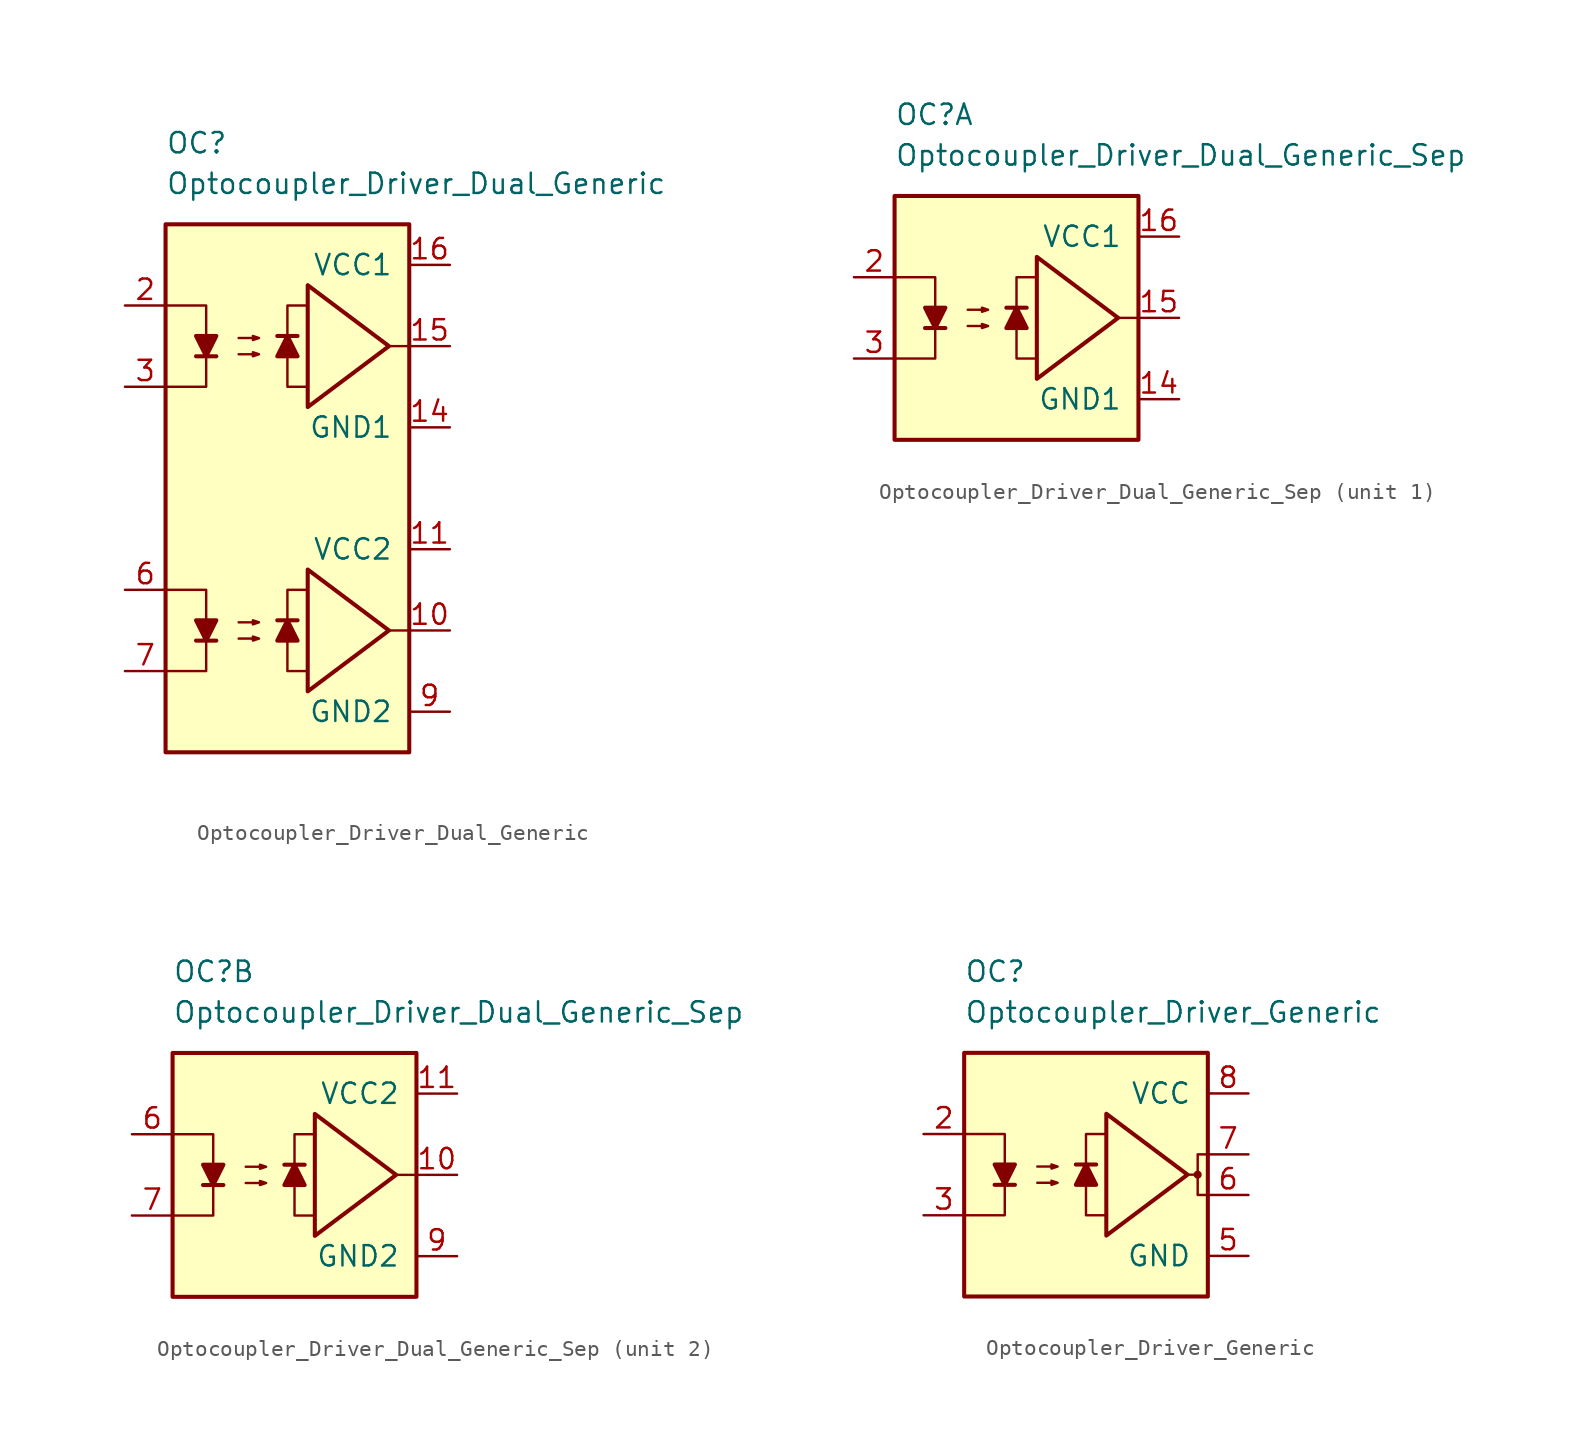
<source format=kicad_sym>
(kicad_symbol_lib
  (version 20211014)
  (generator kicad_symbol_editor)
  (symbol "Optocoupler_Gate_Driver_AKL:Optocoupler_Driver_Dual_Generic"
    (pin_names
      (offset 1.016))
    (property "Reference" "OC"
      (at -7.62 21.59 0)
      (effects (font (size 1.27 1.27)) (justify left)))
    (property "Value" "Optocoupler_Driver_Dual_Generic"
      (at -7.62 19.05 0)
      (effects (font (size 1.27 1.27)) (justify left)))
    (symbol "Optocoupler_Driver_Dual_Generic_0_0"
      (polyline (pts (xy 7.62 8.89) (xy 6.35 8.89)) (stroke (width 0) (type default) (color 0 0 0 0)) (fill (type none)))
      (polyline (pts (xy 1.27 6.35) (xy 0 6.35) (xy 0 11.43) (xy 1.27 11.43)) (stroke (width 0) (type default) (color 0 0 0 0)) (fill (type none)))
      (polyline (pts (xy 6.35 8.89) (xy 1.27 12.7) (xy 1.27 5.08) (xy 6.35 8.89)) (stroke (width 0.254) (type default) (color 0 0 0 0)) (fill (type none))))
    (symbol "Optocoupler_Driver_Dual_Generic_0_1"
      (rectangle (start -7.62 16.51) (end 7.62 -16.51) (stroke (width 0.254) (type default) (color 0 0 0 0)) (fill (type background)))
      (polyline (pts (xy -5.715 8.255) (xy -4.445 8.255)) (stroke (width 0.254) (type default) (color 0 0 0 0)) (fill (type none)))
      (polyline (pts (xy -7.62 11.43) (xy -5.08 11.43) (xy -5.08 8.255)) (stroke (width 0) (type default) (color 0 0 0 0)) (fill (type none)))
      (polyline (pts (xy -5.08 8.255) (xy -5.08 6.35) (xy -7.62 6.35)) (stroke (width 0) (type default) (color 0 0 0 0)) (fill (type none)))
      (polyline (pts (xy -5.08 8.255) (xy -5.715 9.525) (xy -4.445 9.525) (xy -5.08 8.255)) (stroke (width 0.254) (type default) (color 0 0 0 0)) (fill (type outline)))
      (polyline (pts (xy -3.048 8.382) (xy -1.778 8.382) (xy -2.159 8.255) (xy -2.159 8.509) (xy -1.778 8.382)) (stroke (width 0) (type default) (color 0 0 0 0)) (fill (type none)))
      (polyline (pts (xy -3.048 9.398) (xy -1.778 9.398) (xy -2.159 9.271) (xy -2.159 9.525) (xy -1.778 9.398)) (stroke (width 0) (type default) (color 0 0 0 0)) (fill (type none))))
    (symbol "Optocoupler_Driver_Dual_Generic_1_1"
      (polyline (pts (xy -5.715 -9.525) (xy -4.445 -9.525)) (stroke (width 0.254) (type default) (color 0 0 0 0)) (fill (type none)))
      (polyline (pts (xy 0.635 -8.255) (xy -0.635 -8.255)) (stroke (width 0.254) (type default) (color 0 0 0 0)) (fill (type none)))
      (polyline (pts (xy 0.635 9.525) (xy -0.635 9.525)) (stroke (width 0.254) (type default) (color 0 0 0 0)) (fill (type none)))
      (polyline (pts (xy 7.62 -8.89) (xy 6.35 -8.89)) (stroke (width 0) (type default) (color 0 0 0 0)) (fill (type none)))
      (polyline (pts (xy -7.62 -6.35) (xy -5.08 -6.35) (xy -5.08 -9.525)) (stroke (width 0) (type default) (color 0 0 0 0)) (fill (type none)))
      (polyline (pts (xy -5.08 -9.525) (xy -5.08 -11.43) (xy -7.62 -11.43)) (stroke (width 0) (type default) (color 0 0 0 0)) (fill (type none)))
      (polyline (pts (xy -5.08 -9.525) (xy -5.715 -8.255) (xy -4.445 -8.255) (xy -5.08 -9.525)) (stroke (width 0.254) (type default) (color 0 0 0 0)) (fill (type outline)))
      (polyline (pts (xy 0 -8.255) (xy 0.635 -9.525) (xy -0.635 -9.525) (xy 0 -8.255)) (stroke (width 0.254) (type default) (color 0 0 0 0)) (fill (type outline)))
      (polyline (pts (xy 0 9.525) (xy 0.635 8.255) (xy -0.635 8.255) (xy 0 9.525)) (stroke (width 0.254) (type default) (color 0 0 0 0)) (fill (type outline)))
      (polyline (pts (xy 1.27 -11.43) (xy 0 -11.43) (xy 0 -6.35) (xy 1.27 -6.35)) (stroke (width 0) (type default) (color 0 0 0 0)) (fill (type none)))
      (polyline (pts (xy 6.35 -8.89) (xy 1.27 -5.08) (xy 1.27 -12.7) (xy 6.35 -8.89)) (stroke (width 0.254) (type default) (color 0 0 0 0)) (fill (type none)))
      (polyline (pts (xy -3.048 -9.398) (xy -1.778 -9.398) (xy -2.159 -9.525) (xy -2.159 -9.271) (xy -1.778 -9.398)) (stroke (width 0) (type default) (color 0 0 0 0)) (fill (type none)))
      (polyline (pts (xy -3.048 -8.382) (xy -1.778 -8.382) (xy -2.159 -8.509) (xy -2.159 -8.255) (xy -1.778 -8.382)) (stroke (width 0) (type default) (color 0 0 0 0)) (fill (type none)))
      (pin output line (at 10.16 -8.89 180) (length 2.54) (name "~" (effects (font (size 1.27 1.27)))) (number "10" (effects (font (size 1.27 1.27)))))
      (pin power_in line (at 10.16 -3.81 180) (length 2.54) (name "VCC2" (effects (font (size 1.27 1.27)))) (number "11" (effects (font (size 1.27 1.27)))))
      (pin power_in line (at 10.16 3.81 180) (length 2.54) (name "GND1" (effects (font (size 1.27 1.27)))) (number "14" (effects (font (size 1.27 1.27)))))
      (pin output line (at 10.16 8.89 180) (length 2.54) (name "~" (effects (font (size 1.27 1.27)))) (number "15" (effects (font (size 1.27 1.27)))))
      (pin power_in line (at 10.16 13.97 180) (length 2.54) (name "VCC1" (effects (font (size 1.27 1.27)))) (number "16" (effects (font (size 1.27 1.27)))))
      (pin passive line (at -10.16 11.43 0) (length 2.54) (name "~" (effects (font (size 1.27 1.27)))) (number "2" (effects (font (size 1.27 1.27)))))
      (pin passive line (at -10.16 6.35 0) (length 2.54) (name "~" (effects (font (size 1.27 1.27)))) (number "3" (effects (font (size 1.27 1.27)))))
      (pin passive line (at -10.16 -6.35 0) (length 2.54) (name "~" (effects (font (size 1.27 1.27)))) (number "6" (effects (font (size 1.27 1.27)))))
      (pin passive line (at -10.16 -11.43 0) (length 2.54) (name "~" (effects (font (size 1.27 1.27)))) (number "7" (effects (font (size 1.27 1.27)))))
      (pin power_in line (at 10.16 -13.97 180) (length 2.54) (name "GND2" (effects (font (size 1.27 1.27)))) (number "9" (effects (font (size 1.27 1.27)))))))
  (symbol "Optocoupler_Gate_Driver_AKL:Optocoupler_Driver_Dual_Generic_Sep"
    (pin_names
      (offset 1.016))
    (property "Reference" "OC"
      (at -7.62 12.7 0)
      (effects (font (size 1.27 1.27)) (justify left)))
    (property "Value" "Optocoupler_Driver_Dual_Generic_Sep"
      (at -7.62 10.16 0)
      (effects (font (size 1.27 1.27)) (justify left)))
    (property "ki_locked" ""
      (at 0 0 0)
      (effects (font (size 1.27 1.27))))
    (symbol "Optocoupler_Driver_Dual_Generic_Sep_0_0"
      (rectangle (start -7.62 7.62) (end 7.62 -7.62) (stroke (width 0.254) (type default) (color 0 0 0 0)) (fill (type background)))
      (polyline (pts (xy 7.62 0) (xy 6.35 0)) (stroke (width 0) (type default) (color 0 0 0 0)) (fill (type none)))
      (polyline (pts (xy 1.27 -2.54) (xy 0 -2.54) (xy 0 2.54) (xy 1.27 2.54)) (stroke (width 0) (type default) (color 0 0 0 0)) (fill (type none)))
      (polyline (pts (xy 6.35 0) (xy 1.27 3.81) (xy 1.27 -3.81) (xy 6.35 0)) (stroke (width 0.254) (type default) (color 0 0 0 0)) (fill (type none))))
    (symbol "Optocoupler_Driver_Dual_Generic_Sep_0_1"
      (polyline (pts (xy -5.715 -0.635) (xy -4.445 -0.635)) (stroke (width 0.254) (type default) (color 0 0 0 0)) (fill (type none)))
      (polyline (pts (xy -7.62 2.54) (xy -5.08 2.54) (xy -5.08 -0.635)) (stroke (width 0) (type default) (color 0 0 0 0)) (fill (type none)))
      (polyline (pts (xy -5.08 -0.635) (xy -5.08 -2.54) (xy -7.62 -2.54)) (stroke (width 0) (type default) (color 0 0 0 0)) (fill (type none)))
      (polyline (pts (xy -5.08 -0.635) (xy -5.715 0.635) (xy -4.445 0.635) (xy -5.08 -0.635)) (stroke (width 0.254) (type default) (color 0 0 0 0)) (fill (type outline)))
      (polyline (pts (xy -3.048 -0.508) (xy -1.778 -0.508) (xy -2.159 -0.635) (xy -2.159 -0.381) (xy -1.778 -0.508)) (stroke (width 0) (type default) (color 0 0 0 0)) (fill (type none)))
      (polyline (pts (xy -3.048 0.508) (xy -1.778 0.508) (xy -2.159 0.381) (xy -2.159 0.635) (xy -1.778 0.508)) (stroke (width 0) (type default) (color 0 0 0 0)) (fill (type none))))
    (symbol "Optocoupler_Driver_Dual_Generic_Sep_1_1"
      (polyline (pts (xy 0.635 0.635) (xy -0.635 0.635)) (stroke (width 0.254) (type default) (color 0 0 0 0)) (fill (type none)))
      (polyline (pts (xy 0 0.635) (xy 0.635 -0.635) (xy -0.635 -0.635) (xy 0 0.635)) (stroke (width 0.254) (type default) (color 0 0 0 0)) (fill (type outline)))
      (pin power_in line (at 10.16 -5.08 180) (length 2.54) (name "GND1" (effects (font (size 1.27 1.27)))) (number "14" (effects (font (size 1.27 1.27)))))
      (pin output line (at 10.16 0 180) (length 2.54) (name "~" (effects (font (size 1.27 1.27)))) (number "15" (effects (font (size 1.27 1.27)))))
      (pin power_in line (at 10.16 5.08 180) (length 2.54) (name "VCC1" (effects (font (size 1.27 1.27)))) (number "16" (effects (font (size 1.27 1.27)))))
      (pin passive line (at -10.16 2.54 0) (length 2.54) (name "~" (effects (font (size 1.27 1.27)))) (number "2" (effects (font (size 1.27 1.27)))))
      (pin passive line (at -10.16 -2.54 0) (length 2.54) (name "~" (effects (font (size 1.27 1.27)))) (number "3" (effects (font (size 1.27 1.27))))))
    (symbol "Optocoupler_Driver_Dual_Generic_Sep_2_1"
      (polyline (pts (xy 0.635 0.635) (xy -0.635 0.635)) (stroke (width 0.254) (type default) (color 0 0 0 0)) (fill (type none)))
      (polyline (pts (xy 0 0.635) (xy 0.635 -0.635) (xy -0.635 -0.635) (xy 0 0.635)) (stroke (width 0.254) (type default) (color 0 0 0 0)) (fill (type outline)))
      (pin output line (at 10.16 0 180) (length 2.54) (name "~" (effects (font (size 1.27 1.27)))) (number "10" (effects (font (size 1.27 1.27)))))
      (pin power_in line (at 10.16 5.08 180) (length 2.54) (name "VCC2" (effects (font (size 1.27 1.27)))) (number "11" (effects (font (size 1.27 1.27)))))
      (pin passive line (at -10.16 2.54 0) (length 2.54) (name "~" (effects (font (size 1.27 1.27)))) (number "6" (effects (font (size 1.27 1.27)))))
      (pin passive line (at -10.16 -2.54 0) (length 2.54) (name "~" (effects (font (size 1.27 1.27)))) (number "7" (effects (font (size 1.27 1.27)))))
      (pin power_in line (at 10.16 -5.08 180) (length 2.54) (name "GND2" (effects (font (size 1.27 1.27)))) (number "9" (effects (font (size 1.27 1.27)))))))
  (symbol "Optocoupler_Gate_Driver_AKL:Optocoupler_Driver_Generic"
    (pin_names
      (offset 1.016))
    (property "Reference" "OC"
      (at -7.62 12.7 0)
      (effects (font (size 1.27 1.27)) (justify left)))
    (property "Value" "Optocoupler_Driver_Generic"
      (at -7.62 10.16 0)
      (effects (font (size 1.27 1.27)) (justify left)))
    (symbol "Optocoupler_Driver_Generic_0_0"
      (rectangle (start -7.62 7.62) (end 7.62 -7.62) (stroke (width 0.254) (type default) (color 0 0 0 0)) (fill (type background)))
      (polyline (pts (xy 1.27 -2.54) (xy 0 -2.54) (xy 0 2.54) (xy 1.27 2.54)) (stroke (width 0) (type default) (color 0 0 0 0)) (fill (type none)))
      (polyline (pts (xy 6.35 0) (xy 1.27 3.81) (xy 1.27 -3.81) (xy 6.35 0)) (stroke (width 0.254) (type default) (color 0 0 0 0)) (fill (type none))))
    (symbol "Optocoupler_Driver_Generic_0_1"
      (polyline (pts (xy -5.715 -0.635) (xy -4.445 -0.635)) (stroke (width 0.254) (type default) (color 0 0 0 0)) (fill (type none)))
      (polyline (pts (xy -7.62 2.54) (xy -5.08 2.54) (xy -5.08 -0.635)) (stroke (width 0) (type default) (color 0 0 0 0)) (fill (type none)))
      (polyline (pts (xy -5.08 -0.635) (xy -5.08 -2.54) (xy -7.62 -2.54)) (stroke (width 0) (type default) (color 0 0 0 0)) (fill (type none)))
      (polyline (pts (xy 6.985 0) (xy 6.985 -1.27) (xy 7.62 -1.27)) (stroke (width 0) (type default) (color 0 0 0 0)) (fill (type none)))
      (polyline (pts (xy -5.08 -0.635) (xy -5.715 0.635) (xy -4.445 0.635) (xy -5.08 -0.635)) (stroke (width 0.254) (type default) (color 0 0 0 0)) (fill (type outline)))
      (polyline (pts (xy 6.35 0) (xy 6.985 0) (xy 6.985 1.27) (xy 7.62 1.27)) (stroke (width 0) (type default) (color 0 0 0 0)) (fill (type none)))
      (polyline (pts (xy -3.048 -0.508) (xy -1.778 -0.508) (xy -2.159 -0.635) (xy -2.159 -0.381) (xy -1.778 -0.508)) (stroke (width 0) (type default) (color 0 0 0 0)) (fill (type none)))
      (polyline (pts (xy -3.048 0.508) (xy -1.778 0.508) (xy -2.159 0.381) (xy -2.159 0.635) (xy -1.778 0.508)) (stroke (width 0) (type default) (color 0 0 0 0)) (fill (type none))))
    (symbol "Optocoupler_Driver_Generic_1_1"
      (polyline (pts (xy 0.635 0.635) (xy -0.635 0.635)) (stroke (width 0.254) (type default) (color 0 0 0 0)) (fill (type none)))
      (polyline (pts (xy 0 0.635) (xy 0.635 -0.635) (xy -0.635 -0.635) (xy 0 0.635)) (stroke (width 0.254) (type default) (color 0 0 0 0)) (fill (type outline)))
      (circle (center 6.985 0) (radius 0.178) (stroke (width 0)) (stroke (width 0) (type default) (color 0 0 0 0)) (fill (type outline)))
      (pin passive line (at -10.16 2.54 0) (length 2.54) (name "~" (effects (font (size 1.27 1.27)))) (number "2" (effects (font (size 1.27 1.27)))))
      (pin passive line (at -10.16 -2.54 0) (length 2.54) (name "~" (effects (font (size 1.27 1.27)))) (number "3" (effects (font (size 1.27 1.27)))))
      (pin power_in line (at 10.16 -5.08 180) (length 2.54) (name "GND" (effects (font (size 1.27 1.27)))) (number "5" (effects (font (size 1.27 1.27)))))
      (pin output line (at 10.16 -1.27 180) (length 2.54) (name "~" (effects (font (size 1.27 1.27)))) (number "6" (effects (font (size 1.27 1.27)))))
      (pin output line (at 10.16 1.27 180) (length 2.54) (name "~" (effects (font (size 1.27 1.27)))) (number "7" (effects (font (size 1.27 1.27)))))
      (pin power_in line (at 10.16 5.08 180) (length 2.54) (name "VCC" (effects (font (size 1.27 1.27)))) (number "8" (effects (font (size 1.27 1.27))))))))
</source>
